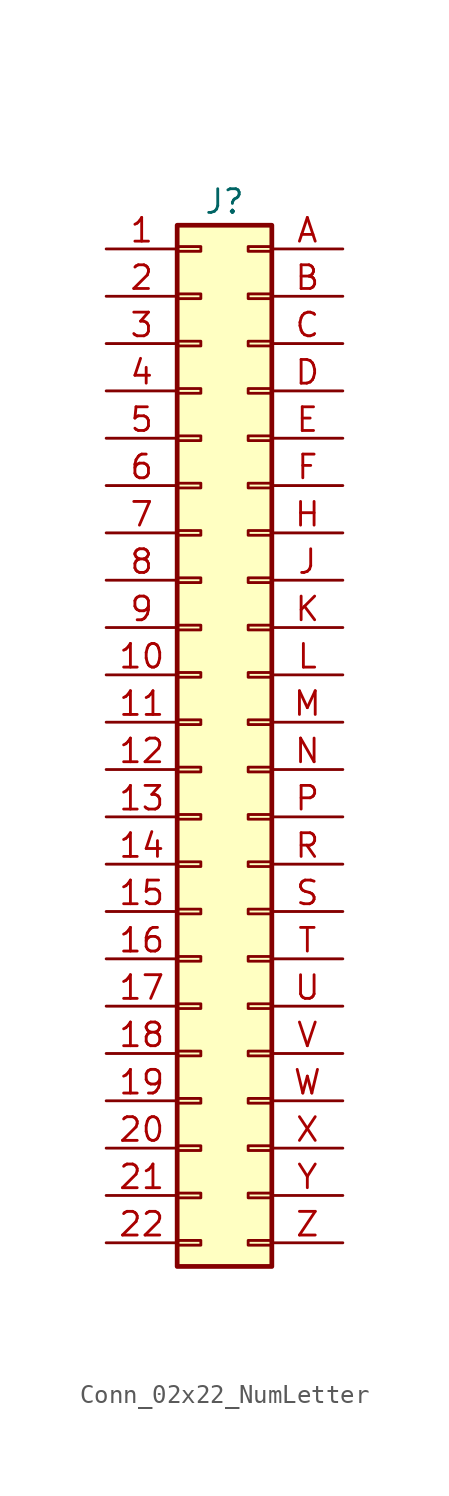
<source format=kicad_sym>
(kicad_symbol_lib
  (version 20231120)
  (generator "kicad_symbol_editor")
  (generator_version "8.0")
  (symbol "Conn_02x22_NumLetter"
    (pin_names hide)
    (property "Reference" "J"
      (at 0 0 0)
      (effects (font (size 1.27 1.27))))
    (property "Value" ""
      (at 0 0 0)
      (effects (font (size 1.27 1.27))))
    (symbol "Conn_02x22_NumLetter_1_1"
      (rectangle (start -2.54 -55.753) (end -1.27 -56.007) (stroke (width 0.152) (type default)) (fill (type none)))
      (rectangle (start -2.54 -53.213) (end -1.27 -53.467) (stroke (width 0.152) (type default)) (fill (type none)))
      (rectangle (start -2.54 -50.673) (end -1.27 -50.927) (stroke (width 0.152) (type default)) (fill (type none)))
      (rectangle (start -2.54 -48.133) (end -1.27 -48.387) (stroke (width 0.152) (type default)) (fill (type none)))
      (rectangle (start -2.54 -45.593) (end -1.27 -45.847) (stroke (width 0.152) (type default)) (fill (type none)))
      (rectangle (start -2.54 -43.053) (end -1.27 -43.307) (stroke (width 0.152) (type default)) (fill (type none)))
      (rectangle (start -2.54 -40.513) (end -1.27 -40.767) (stroke (width 0.152) (type default)) (fill (type none)))
      (rectangle (start -2.54 -37.973) (end -1.27 -38.227) (stroke (width 0.152) (type default)) (fill (type none)))
      (rectangle (start -2.54 -35.433) (end -1.27 -35.687) (stroke (width 0.152) (type default)) (fill (type none)))
      (rectangle (start -2.54 -32.893) (end -1.27 -33.147) (stroke (width 0.152) (type default)) (fill (type none)))
      (rectangle (start -2.54 -30.353) (end -1.27 -30.607) (stroke (width 0.152) (type default)) (fill (type none)))
      (rectangle (start -2.54 -27.813) (end -1.27 -28.067) (stroke (width 0.152) (type default)) (fill (type none)))
      (rectangle (start -2.54 -25.273) (end -1.27 -25.527) (stroke (width 0.152) (type default)) (fill (type none)))
      (rectangle (start -2.54 -22.733) (end -1.27 -22.987) (stroke (width 0.152) (type default)) (fill (type none)))
      (rectangle (start -2.54 -20.193) (end -1.27 -20.447) (stroke (width 0.152) (type default)) (fill (type none)))
      (rectangle (start -2.54 -17.653) (end -1.27 -17.907) (stroke (width 0.152) (type default)) (fill (type none)))
      (rectangle (start -2.54 -15.113) (end -1.27 -15.367) (stroke (width 0.152) (type default)) (fill (type none)))
      (rectangle (start -2.54 -12.573) (end -1.27 -12.827) (stroke (width 0.152) (type default)) (fill (type none)))
      (rectangle (start -2.54 -10.033) (end -1.27 -10.287) (stroke (width 0.152) (type default)) (fill (type none)))
      (rectangle (start -2.54 -7.493) (end -1.27 -7.747) (stroke (width 0.152) (type default)) (fill (type none)))
      (rectangle (start -2.54 -4.953) (end -1.27 -5.207) (stroke (width 0.152) (type default)) (fill (type none)))
      (rectangle (start -2.54 -2.413) (end -1.27 -2.667) (stroke (width 0.152) (type default)) (fill (type none)))
      (rectangle (start -2.54 -1.27) (end 2.54 -57.15) (stroke (width 0.254) (type default)) (fill (type background)))
      (rectangle (start 2.54 -55.753) (end 1.27 -56.007) (stroke (width 0.152) (type default)) (fill (type none)))
      (rectangle (start 2.54 -53.213) (end 1.27 -53.467) (stroke (width 0.152) (type default)) (fill (type none)))
      (rectangle (start 2.54 -50.673) (end 1.27 -50.927) (stroke (width 0.152) (type default)) (fill (type none)))
      (rectangle (start 2.54 -48.133) (end 1.27 -48.387) (stroke (width 0.152) (type default)) (fill (type none)))
      (rectangle (start 2.54 -45.593) (end 1.27 -45.847) (stroke (width 0.152) (type default)) (fill (type none)))
      (rectangle (start 2.54 -43.053) (end 1.27 -43.307) (stroke (width 0.152) (type default)) (fill (type none)))
      (rectangle (start 2.54 -40.513) (end 1.27 -40.767) (stroke (width 0.152) (type default)) (fill (type none)))
      (rectangle (start 2.54 -37.973) (end 1.27 -38.227) (stroke (width 0.152) (type default)) (fill (type none)))
      (rectangle (start 2.54 -35.433) (end 1.27 -35.687) (stroke (width 0.152) (type default)) (fill (type none)))
      (rectangle (start 2.54 -32.893) (end 1.27 -33.147) (stroke (width 0.152) (type default)) (fill (type none)))
      (rectangle (start 2.54 -30.353) (end 1.27 -30.607) (stroke (width 0.152) (type default)) (fill (type none)))
      (rectangle (start 2.54 -27.813) (end 1.27 -28.067) (stroke (width 0.152) (type default)) (fill (type none)))
      (rectangle (start 2.54 -25.273) (end 1.27 -25.527) (stroke (width 0.152) (type default)) (fill (type none)))
      (rectangle (start 2.54 -22.733) (end 1.27 -22.987) (stroke (width 0.152) (type default)) (fill (type none)))
      (rectangle (start 2.54 -20.193) (end 1.27 -20.447) (stroke (width 0.152) (type default)) (fill (type none)))
      (rectangle (start 2.54 -17.653) (end 1.27 -17.907) (stroke (width 0.152) (type default)) (fill (type none)))
      (rectangle (start 2.54 -15.113) (end 1.27 -15.367) (stroke (width 0.152) (type default)) (fill (type none)))
      (rectangle (start 2.54 -12.573) (end 1.27 -12.827) (stroke (width 0.152) (type default)) (fill (type none)))
      (rectangle (start 2.54 -10.033) (end 1.27 -10.287) (stroke (width 0.152) (type default)) (fill (type none)))
      (rectangle (start 2.54 -7.493) (end 1.27 -7.747) (stroke (width 0.152) (type default)) (fill (type none)))
      (rectangle (start 2.54 -4.953) (end 1.27 -5.207) (stroke (width 0.152) (type default)) (fill (type none)))
      (rectangle (start 2.54 -2.413) (end 1.27 -2.667) (stroke (width 0.152) (type default)) (fill (type none)))
      (pin passive line (at -6.35 -2.54 0) (length 3.81) (name "Pin_1" (effects (font (size 1.27 1.27)))) (number "1" (effects (font (size 1.27 1.27)))))
      (pin passive line (at -6.35 -25.4 0) (length 3.81) (name "Pin_10" (effects (font (size 1.27 1.27)))) (number "10" (effects (font (size 1.27 1.27)))))
      (pin passive line (at -6.35 -27.94 0) (length 3.81) (name "Pin_11" (effects (font (size 1.27 1.27)))) (number "11" (effects (font (size 1.27 1.27)))))
      (pin passive line (at -6.35 -30.48 0) (length 3.81) (name "Pin_12" (effects (font (size 1.27 1.27)))) (number "12" (effects (font (size 1.27 1.27)))))
      (pin passive line (at -6.35 -33.02 0) (length 3.81) (name "Pin_13" (effects (font (size 1.27 1.27)))) (number "13" (effects (font (size 1.27 1.27)))))
      (pin passive line (at -6.35 -35.56 0) (length 3.81) (name "Pin_14" (effects (font (size 1.27 1.27)))) (number "14" (effects (font (size 1.27 1.27)))))
      (pin passive line (at -6.35 -38.1 0) (length 3.81) (name "Pin_15" (effects (font (size 1.27 1.27)))) (number "15" (effects (font (size 1.27 1.27)))))
      (pin passive line (at -6.35 -40.64 0) (length 3.81) (name "Pin_16" (effects (font (size 1.27 1.27)))) (number "16" (effects (font (size 1.27 1.27)))))
      (pin passive line (at -6.35 -43.18 0) (length 3.81) (name "Pin_17" (effects (font (size 1.27 1.27)))) (number "17" (effects (font (size 1.27 1.27)))))
      (pin passive line (at -6.35 -45.72 0) (length 3.81) (name "Pin_18" (effects (font (size 1.27 1.27)))) (number "18" (effects (font (size 1.27 1.27)))))
      (pin passive line (at -6.35 -48.26 0) (length 3.81) (name "Pin_19" (effects (font (size 1.27 1.27)))) (number "19" (effects (font (size 1.27 1.27)))))
      (pin passive line (at -6.35 -5.08 0) (length 3.81) (name "Pin_2" (effects (font (size 1.27 1.27)))) (number "2" (effects (font (size 1.27 1.27)))))
      (pin passive line (at -6.35 -50.8 0) (length 3.81) (name "Pin_20" (effects (font (size 1.27 1.27)))) (number "20" (effects (font (size 1.27 1.27)))))
      (pin passive line (at -6.35 -53.34 0) (length 3.81) (name "Pin_21" (effects (font (size 1.27 1.27)))) (number "21" (effects (font (size 1.27 1.27)))))
      (pin passive line (at -6.35 -55.88 0) (length 3.81) (name "Pin_22" (effects (font (size 1.27 1.27)))) (number "22" (effects (font (size 1.27 1.27)))))
      (pin passive line (at -6.35 -7.62 0) (length 3.81) (name "Pin_3" (effects (font (size 1.27 1.27)))) (number "3" (effects (font (size 1.27 1.27)))))
      (pin passive line (at -6.35 -10.16 0) (length 3.81) (name "Pin_4" (effects (font (size 1.27 1.27)))) (number "4" (effects (font (size 1.27 1.27)))))
      (pin passive line (at -6.35 -12.7 0) (length 3.81) (name "Pin_5" (effects (font (size 1.27 1.27)))) (number "5" (effects (font (size 1.27 1.27)))))
      (pin passive line (at -6.35 -15.24 0) (length 3.81) (name "Pin_6" (effects (font (size 1.27 1.27)))) (number "6" (effects (font (size 1.27 1.27)))))
      (pin passive line (at -6.35 -17.78 0) (length 3.81) (name "Pin_7" (effects (font (size 1.27 1.27)))) (number "7" (effects (font (size 1.27 1.27)))))
      (pin passive line (at -6.35 -20.32 0) (length 3.81) (name "Pin_8" (effects (font (size 1.27 1.27)))) (number "8" (effects (font (size 1.27 1.27)))))
      (pin passive line (at -6.35 -22.86 0) (length 3.81) (name "Pin_9" (effects (font (size 1.27 1.27)))) (number "9" (effects (font (size 1.27 1.27)))))
      (pin passive line (at 6.35 -2.54 180) (length 3.81) (name "Pin_A" (effects (font (size 1.27 1.27)))) (number "A" (effects (font (size 1.27 1.27)))))
      (pin passive line (at 6.35 -5.08 180) (length 3.81) (name "Pin_B" (effects (font (size 1.27 1.27)))) (number "B" (effects (font (size 1.27 1.27)))))
      (pin passive line (at 6.35 -7.62 180) (length 3.81) (name "Pin_C" (effects (font (size 1.27 1.27)))) (number "C" (effects (font (size 1.27 1.27)))))
      (pin passive line (at 6.35 -10.16 180) (length 3.81) (name "Pin_D" (effects (font (size 1.27 1.27)))) (number "D" (effects (font (size 1.27 1.27)))))
      (pin passive line (at 6.35 -12.7 180) (length 3.81) (name "Pin_E" (effects (font (size 1.27 1.27)))) (number "E" (effects (font (size 1.27 1.27)))))
      (pin passive line (at 6.35 -15.24 180) (length 3.81) (name "Pin_F" (effects (font (size 1.27 1.27)))) (number "F" (effects (font (size 1.27 1.27)))))
      (pin passive line (at 6.35 -17.78 180) (length 3.81) (name "Pin_H" (effects (font (size 1.27 1.27)))) (number "H" (effects (font (size 1.27 1.27)))))
      (pin passive line (at 6.35 -20.32 180) (length 3.81) (name "Pin_J" (effects (font (size 1.27 1.27)))) (number "J" (effects (font (size 1.27 1.27)))))
      (pin passive line (at 6.35 -22.86 180) (length 3.81) (name "Pin_K" (effects (font (size 1.27 1.27)))) (number "K" (effects (font (size 1.27 1.27)))))
      (pin passive line (at 6.35 -25.4 180) (length 3.81) (name "Pin_L" (effects (font (size 1.27 1.27)))) (number "L" (effects (font (size 1.27 1.27)))))
      (pin passive line (at 6.35 -27.94 180) (length 3.81) (name "Pin_M" (effects (font (size 1.27 1.27)))) (number "M" (effects (font (size 1.27 1.27)))))
      (pin passive line (at 6.35 -30.48 180) (length 3.81) (name "Pin_N" (effects (font (size 1.27 1.27)))) (number "N" (effects (font (size 1.27 1.27)))))
      (pin passive line (at 6.35 -33.02 180) (length 3.81) (name "Pin_P" (effects (font (size 1.27 1.27)))) (number "P" (effects (font (size 1.27 1.27)))))
      (pin passive line (at 6.35 -35.56 180) (length 3.81) (name "Pin_R" (effects (font (size 1.27 1.27)))) (number "R" (effects (font (size 1.27 1.27)))))
      (pin passive line (at 6.35 -38.1 180) (length 3.81) (name "Pin_S" (effects (font (size 1.27 1.27)))) (number "S" (effects (font (size 1.27 1.27)))))
      (pin passive line (at 6.35 -40.64 180) (length 3.81) (name "Pin_T" (effects (font (size 1.27 1.27)))) (number "T" (effects (font (size 1.27 1.27)))))
      (pin passive line (at 6.35 -43.18 180) (length 3.81) (name "Pin_U" (effects (font (size 1.27 1.27)))) (number "U" (effects (font (size 1.27 1.27)))))
      (pin passive line (at 6.35 -45.72 180) (length 3.81) (name "Pin_V" (effects (font (size 1.27 1.27)))) (number "V" (effects (font (size 1.27 1.27)))))
      (pin passive line (at 6.35 -48.26 180) (length 3.81) (name "Pin_W" (effects (font (size 1.27 1.27)))) (number "W" (effects (font (size 1.27 1.27)))))
      (pin passive line (at 6.35 -50.8 180) (length 3.81) (name "Pin_X" (effects (font (size 1.27 1.27)))) (number "X" (effects (font (size 1.27 1.27)))))
      (pin passive line (at 6.35 -53.34 180) (length 3.81) (name "Pin_Y" (effects (font (size 1.27 1.27)))) (number "Y" (effects (font (size 1.27 1.27)))))
      (pin passive line (at 6.35 -55.88 180) (length 3.81) (name "Pin_Z" (effects (font (size 1.27 1.27)))) (number "Z" (effects (font (size 1.27 1.27))))))))
</source>
